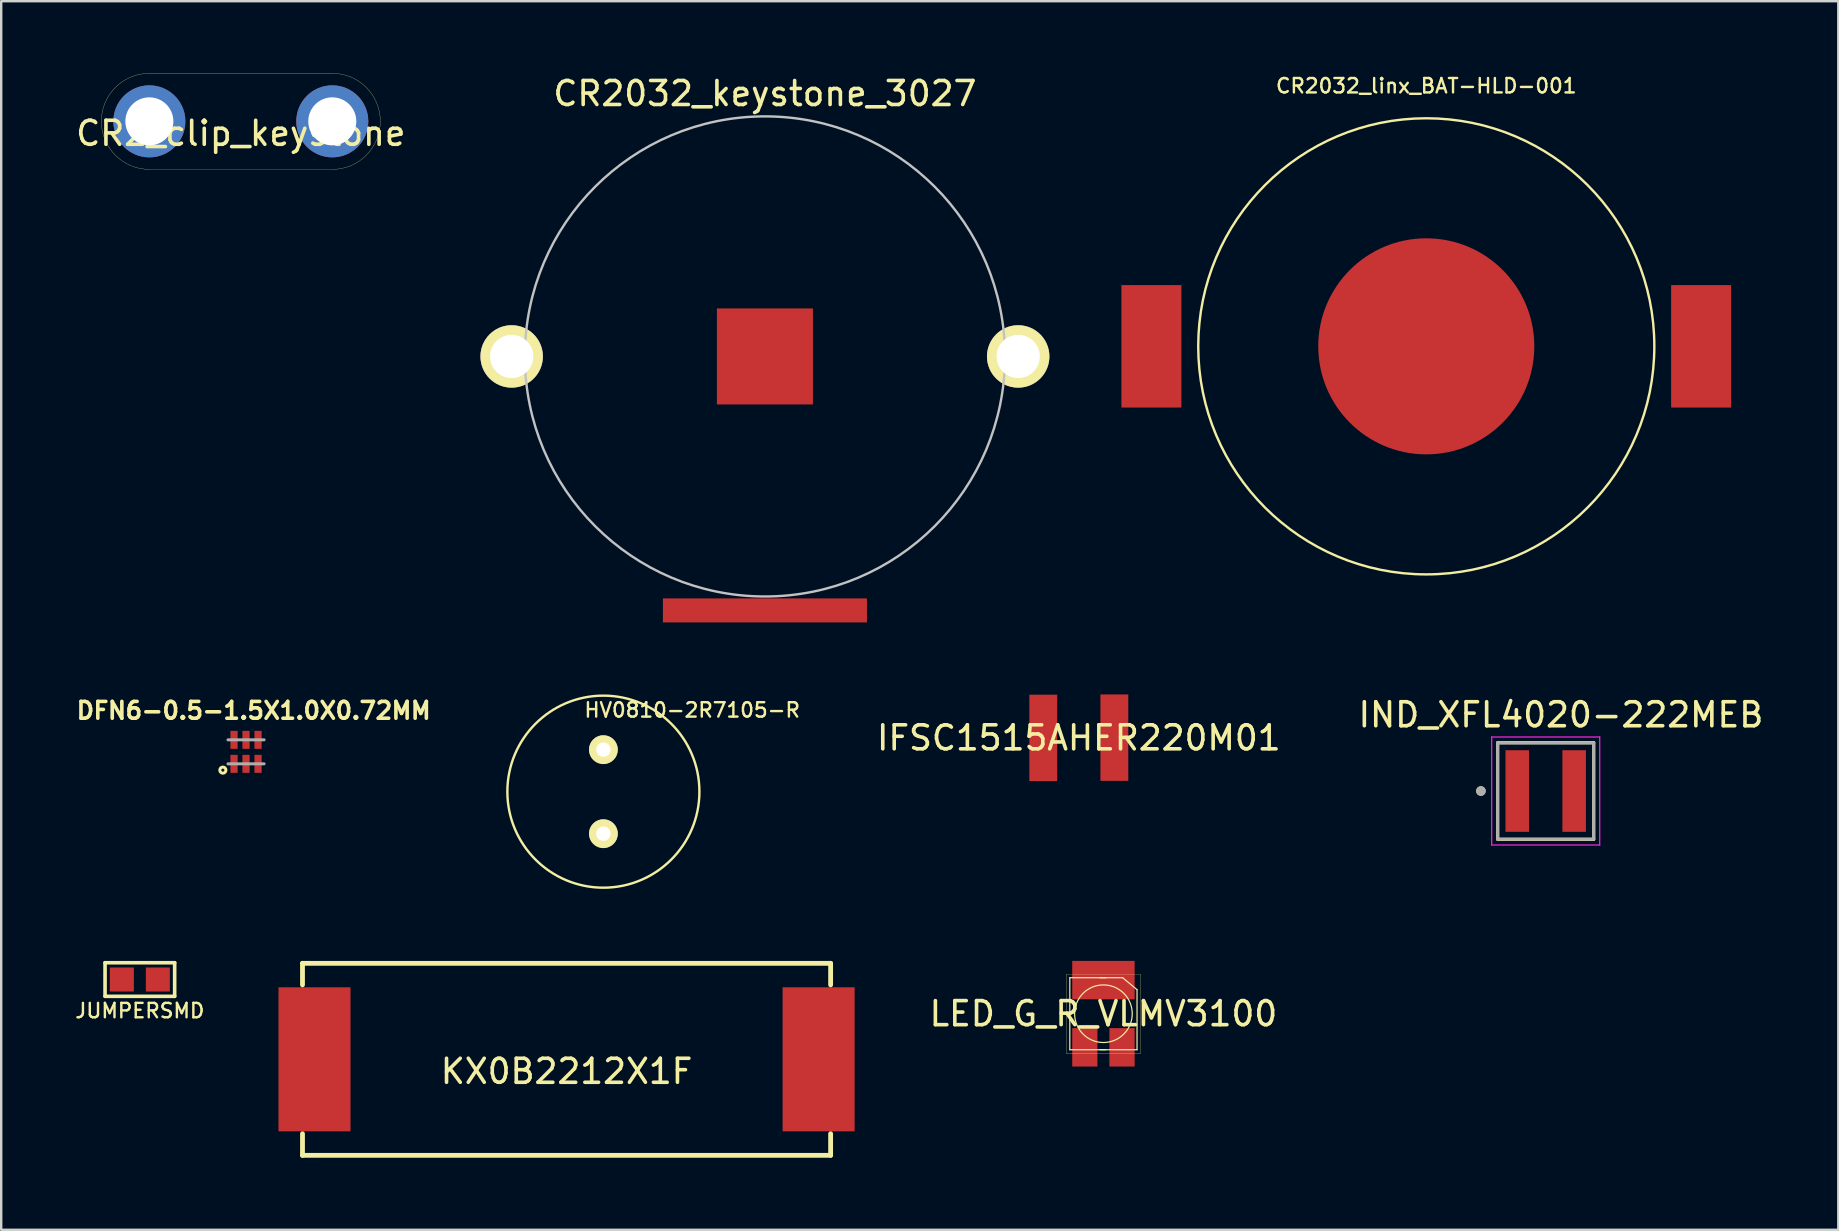
<source format=kicad_pcb>
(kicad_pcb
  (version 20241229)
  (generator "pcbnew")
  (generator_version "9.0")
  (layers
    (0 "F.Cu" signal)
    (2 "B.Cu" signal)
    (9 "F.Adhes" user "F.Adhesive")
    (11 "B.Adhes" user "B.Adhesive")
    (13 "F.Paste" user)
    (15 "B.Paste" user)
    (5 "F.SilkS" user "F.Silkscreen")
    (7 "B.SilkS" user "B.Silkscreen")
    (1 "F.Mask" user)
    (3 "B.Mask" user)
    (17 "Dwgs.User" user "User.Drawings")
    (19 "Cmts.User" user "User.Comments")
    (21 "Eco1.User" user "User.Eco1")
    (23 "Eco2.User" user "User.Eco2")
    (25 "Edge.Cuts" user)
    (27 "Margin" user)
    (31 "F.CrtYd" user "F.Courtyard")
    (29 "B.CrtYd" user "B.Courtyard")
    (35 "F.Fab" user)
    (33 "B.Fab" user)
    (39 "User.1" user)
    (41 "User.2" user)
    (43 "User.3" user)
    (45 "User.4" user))
  (footprint "CR2_clip_keystone"
    (layer "F.Cu")
    (at 6.982 2.005)
    (property "Reference" "CR2_clip_keystone" (at 0 0.5 0) (layer "F.SilkS") (effects (font (size 1 1) (thickness 0.15))))
    (attr through_hole)
    (fp_line (start -3.81 -2) (end 3.81 -2) (stroke (width 0.01) (type solid)) (layer "F.SilkS"))
    (fp_line (start -3.81 2) (end 3.81 2) (stroke (width 0.01) (type solid)) (layer "F.SilkS"))
    (fp_arc (start -5.81 0) (mid -5.224214 -1.414214) (end -3.81 -2) (stroke (width 0.01) (type solid)) (layer "F.SilkS"))
    (fp_arc (start -3.81 2) (mid -5.224214 1.414214) (end -5.81 0) (stroke (width 0.01) (type solid)) (layer "F.SilkS"))
    (fp_arc (start 3.81 -2) (mid 5.224214 -1.414214) (end 5.81 0) (stroke (width 0.01) (type solid)) (layer "F.SilkS"))
    (fp_arc (start 5.81 0) (mid 5.224214 1.414214) (end 3.81 2) (stroke (width 0.01) (type solid)) (layer "F.SilkS"))
    (pad "1" thru_hole circle (at -3.81 0) (size 3 3) (drill 2) (layers "*.Cu" "*.Mask"))
    (pad "2" thru_hole circle (at 3.81 0) (size 3 3) (drill 2) (layers "*.Cu" "*.Mask")))
  (footprint "LED_G_R_VLMV3100"
    (layer "F.Cu")
    (at 42.915 39.178)
    (property "Reference" "LED_G_R_VLMV3100" (at 0 0 0) (layer "F.SilkS") (effects (font (size 1 1) (thickness 0.15))))
    (attr through_hole)
    (fp_line (start -1.55 -1.65) (end -1.55 1.65) (stroke (width 0.01) (type solid)) (layer "F.SilkS"))
    (fp_line (start -1.55 -1.65) (end 1.55 -1.65) (stroke (width 0.01) (type solid)) (layer "F.SilkS"))
    (fp_line (start -1.55 1.65) (end 1.55 1.65) (stroke (width 0.01) (type solid)) (layer "F.SilkS"))
    (fp_line (start -1.4 -1.5) (end -1.4 1.5) (stroke (width 0.05) (type solid)) (layer "F.SilkS"))
    (fp_line (start -1.4 -1.5) (end 0.8 -1.5) (stroke (width 0.05) (type solid)) (layer "F.SilkS"))
    (fp_line (start -1.4 1.5) (end 1.4 1.5) (stroke (width 0.05) (type solid)) (layer "F.SilkS"))
    (fp_line (start -0.15 -1.5) (end 0.1 -1.5) (stroke (width 0.05) (type solid)) (layer "F.SilkS"))
    (fp_line (start -0.15 1.5) (end 0.1 1.5) (stroke (width 0.05) (type solid)) (layer "F.SilkS"))
    (fp_line (start 0.8 -1.5) (end 1.4 -1) (stroke (width 0.05) (type solid)) (layer "F.SilkS"))
    (fp_line (start 1.4 -1) (end 1.4 1.5) (stroke (width 0.05) (type solid)) (layer "F.SilkS"))
    (fp_line (start 1.55 -1.65) (end 1.55 1.65) (stroke (width 0.01) (type solid)) (layer "F.SilkS"))
    (fp_circle (center 0 0) (end 1.2 0) (stroke (width 0.05) (type solid)) (fill no) (layer "F.SilkS"))
    (pad "1" smd rect (at 0.775 1.4) (size 1.05 1.6) (layers "F.Cu" "F.Mask" "F.Paste"))
    (pad "2" smd rect (at 0 -1.4) (size 2.6 1.6) (layers "F.Cu" "F.Mask" "F.Paste"))
    (pad "3" smd rect (at -0.775 1.4) (size 1.05 1.6) (layers "F.Cu" "F.Mask" "F.Paste")))
  (footprint "KX0B2212X1F"
    (layer "F.Cu")
    (at 20.551 41.078)
    (property "Reference" "KX0B2212X1F" (at 0 0.5 0) (layer "F.SilkS") (effects (font (size 1 1) (thickness 0.15))))
    (attr through_hole)
    (fp_line (start -11 -4) (end -11 -3.1) (stroke (width 0.2) (type solid)) (layer "F.SilkS"))
    (fp_line (start -11 3.1) (end -11 4) (stroke (width 0.2) (type solid)) (layer "F.SilkS"))
    (fp_line (start 11 -4) (end -11 -4) (stroke (width 0.2) (type solid)) (layer "F.SilkS"))
    (fp_line (start 11 -4) (end 11 -3.1) (stroke (width 0.2) (type solid)) (layer "F.SilkS"))
    (fp_line (start 11 3.1) (end 11 4) (stroke (width 0.2) (type solid)) (layer "F.SilkS"))
    (fp_line (start 11 4) (end -11 4) (stroke (width 0.2) (type solid)) (layer "F.SilkS"))
    (pad "1" smd rect (at -10.5 0) (size 3 6) (layers "F.Cu" "F.Mask" "F.Paste"))
    (pad "2" smd rect (at 10.5 0) (size 3 6) (layers "F.Cu" "F.Mask" "F.Paste")))
  (footprint "HV0810-2R7105-R"
    (layer "F.Cu")
    (at 22.085 29.928)
    (property "Reference" "HV0810-2R7105-R" (at 3.7 -3.4 0) (layer "F.SilkS") (effects (font (size 0.6 0.6) (thickness 0.1))))
    (attr through_hole)
    (fp_circle (center 0 0) (end 4 0) (stroke (width 0.1) (type solid)) (fill no) (layer "F.SilkS"))
    (pad "1" thru_hole circle (at 0 -1.75) (size 1.2 1.2) (drill 0.6) (layers "*.Cu" "*.Mask" "F.SilkS"))
    (pad "2" thru_hole circle (at 0 1.75) (size 1.2 1.2) (drill 0.6) (layers "*.Cu" "*.Mask" "F.SilkS")))
  (footprint "CR2032_keystone_3027"
    (layer "F.Cu")
    (at 28.814 11.798)
    (property "Reference" "CR2032_keystone_3027" (at 0 -10.95 0) (layer "F.SilkS") (effects (font (size 1 1) (thickness 0.15))))
    (attr through_hole)
    (fp_circle (center 0 0) (end 10 0) (stroke (width 0.1) (type solid)) (fill no) (layer "Dwgs.User"))
    (pad "1" thru_hole circle (at -10.55 0) (size 2.6 2.6) (drill 1.8) (layers "*.Cu" "*.Mask" "F.SilkS"))
    (pad "1" smd rect (at 0 10.58) (size 8.5 1) (layers "F.Cu" "F.Mask" "F.Paste"))
    (pad "1" thru_hole circle (at 10.55 0) (size 2.6 2.6) (drill 1.8) (layers "*.Cu" "*.Mask" "F.SilkS"))
    (pad "2" smd rect (at 0 0) (size 4 4) (layers "F.Cu" "F.Mask" "F.Paste")))
  (footprint "IFSC1515AHER220M01"
    (layer "F.Cu")
    (at 41.89 27.688)
    (property "Reference" "IFSC1515AHER220M01" (at 0 0 0) (layer "F.SilkS") (effects (font (size 1 1) (thickness 0.15))))
    (attr through_hole)
    (pad "1" smd rect (at -1.48 0) (size 1.16 3.6) (layers "F.Cu" "F.Mask" "F.Paste"))
    (pad "2" smd rect (at 1.48 -0.01) (size 1.16 3.6) (layers "F.Cu" "F.Mask" "F.Paste")))
  (footprint "CR2032_linx_BAT-HLD-001"
    (layer "F.Cu")
    (at 56.364 11.377)
    (property "Reference" "CR2032_linx_BAT-HLD-001" (at 0 -10.85 0) (layer "F.SilkS") (effects (font (size 0.6 0.6) (thickness 0.1))))
    (attr through_hole)
    (fp_circle (center 0 0) (end 9.5 0) (stroke (width 0.1) (type solid)) (fill no) (layer "F.SilkS"))
    (pad "1" smd rect (at -11.45 0) (size 2.5 5.1) (layers "F.Cu" "F.Mask" "F.Paste"))
    (pad "1" smd rect (at 11.45 0) (size 2.5 5.1) (layers "F.Cu" "F.Mask" "F.Paste"))
    (pad "2" smd circle (at 0 0) (size 9 9) (layers "F.Cu" "F.Mask" "F.Paste")))
  (footprint "DFN6-0.5-1.5X1.0X0.72MM"
    (layer "F.Cu")
    (at 7.199 28.269)
    (property "Reference" "DFN6-0.5-1.5X1.0X0.72MM" (at 0.318 -1.717 0) (layer "F.SilkS") (effects (font (size 0.701 0.701) (thickness 0.15))))
    (attr through_hole)
    (fp_circle (center -0.965 0.762) (end -0.838 0.762) (stroke (width 0.127) (type solid)) (fill no) (layer "F.SilkS"))
    (fp_line (start -0.75 -0.5) (end 0.75 -0.5) (stroke (width 0.127) (type solid)) (layer "F.Fab"))
    (fp_line (start 0.75 0.5) (end -0.75 0.5) (stroke (width 0.127) (type solid)) (layer "F.Fab"))
    (pad "1" smd rect (at -0.5 0.5 90) (size 0.75 0.3) (layers "F.Cu" "F.Mask" "F.Paste"))
    (pad "2" smd rect (at 0 0.5 90) (size 0.75 0.3) (layers "F.Cu" "F.Mask" "F.Paste"))
    (pad "3" smd rect (at 0.5 0.5 90) (size 0.75 0.3) (layers "F.Cu" "F.Mask" "F.Paste"))
    (pad "4" smd rect (at 0.5 -0.5 90) (size 0.75 0.3) (layers "F.Cu" "F.Mask" "F.Paste"))
    (pad "5" smd rect (at 0 -0.5 90) (size 0.75 0.3) (layers "F.Cu" "F.Mask" "F.Paste"))
    (pad "6" smd rect (at -0.5 -0.5 90) (size 0.75 0.3) (layers "F.Cu" "F.Mask" "F.Paste")))
  (footprint "IND_XFL4020-222MEB"
    (layer "F.Cu")
    (at 61.339 29.901)
    (property "Reference" "IND_XFL4020-222MEB" (at 0.635 -3.175 0) (layer "F.SilkS") (effects (font (size 1 1) (thickness 0.15))))
    (attr through_hole)
    (fp_line (start -2 -2.014) (end 2 -2.014) (stroke (width 0.127) (type solid)) (layer "F.SilkS"))
    (fp_line (start -2 2.014) (end -2 -2.014) (stroke (width 0.127) (type solid)) (layer "F.SilkS"))
    (fp_line (start 2 -2.014) (end 2 2.014) (stroke (width 0.127) (type solid)) (layer "F.SilkS"))
    (fp_line (start 2 2.014) (end -2 2.014) (stroke (width 0.127) (type solid)) (layer "F.SilkS"))
    (fp_circle (center -2.7 0) (end -2.6 0) (stroke (width 0.2) (type solid)) (fill no) (layer "F.SilkS"))
    (fp_line (start -2.25 -2.25) (end 2.25 -2.25) (stroke (width 0.05) (type solid)) (layer "F.CrtYd"))
    (fp_line (start -2.25 2.25) (end -2.25 -2.25) (stroke (width 0.05) (type solid)) (layer "F.CrtYd"))
    (fp_line (start 2.25 -2.25) (end 2.25 2.25) (stroke (width 0.05) (type solid)) (layer "F.CrtYd"))
    (fp_line (start 2.25 2.25) (end -2.25 2.25) (stroke (width 0.05) (type solid)) (layer "F.CrtYd"))
    (fp_line (start -2 -2) (end 2 -2) (stroke (width 0.127) (type solid)) (layer "F.Fab"))
    (fp_line (start -2 2) (end -2 -2) (stroke (width 0.127) (type solid)) (layer "F.Fab"))
    (fp_line (start 2 -2) (end 2 2) (stroke (width 0.127) (type solid)) (layer "F.Fab"))
    (fp_line (start 2 2) (end -2 2) (stroke (width 0.127) (type solid)) (layer "F.Fab"))
    (fp_circle (center -2.7 0) (end -2.6 0) (stroke (width 0.2) (type solid)) (fill no) (layer "F.Fab"))
    (pad "1" smd rect (at -1.185 0) (size 0.98 3.4) (layers "F.Cu" "F.Mask" "F.Paste"))
    (pad "2" smd rect (at 1.185 0) (size 0.98 3.4) (layers "F.Cu" "F.Mask" "F.Paste")))
  (footprint "JUMPERSMD"
    (layer "F.Cu")
    (at 2.776 37.753)
    (property "Reference" "JUMPERSMD" (at 0 1.3 0) (layer "F.SilkS") (effects (font (size 0.6 0.6) (thickness 0.1))))
    (attr through_hole)
    (fp_line (start -1.45 -0.7) (end 1.45 -0.7) (stroke (width 0.15) (type solid)) (layer "F.SilkS"))
    (fp_line (start -1.45 0.7) (end -1.45 -0.7) (stroke (width 0.15) (type solid)) (layer "F.SilkS"))
    (fp_line (start 1.45 -0.7) (end 1.45 0.7) (stroke (width 0.15) (type solid)) (layer "F.SilkS"))
    (fp_line (start 1.45 0.7) (end -1.45 0.7) (stroke (width 0.15) (type solid)) (layer "F.SilkS"))
    (pad "1" smd rect (at -0.75 0) (size 1 1) (layers "F.Cu" "F.Mask" "F.Paste"))
    (pad "2" smd rect (at 0.75 0) (size 1 1) (layers "F.Cu" "F.Mask" "F.Paste")))
  (gr_rect
    (start -3 -3)
    (end 73.527 48.178)
    (stroke (width 0.1) (type default))
    (fill no)
    (layer "Edge.Cuts")))
</source>
